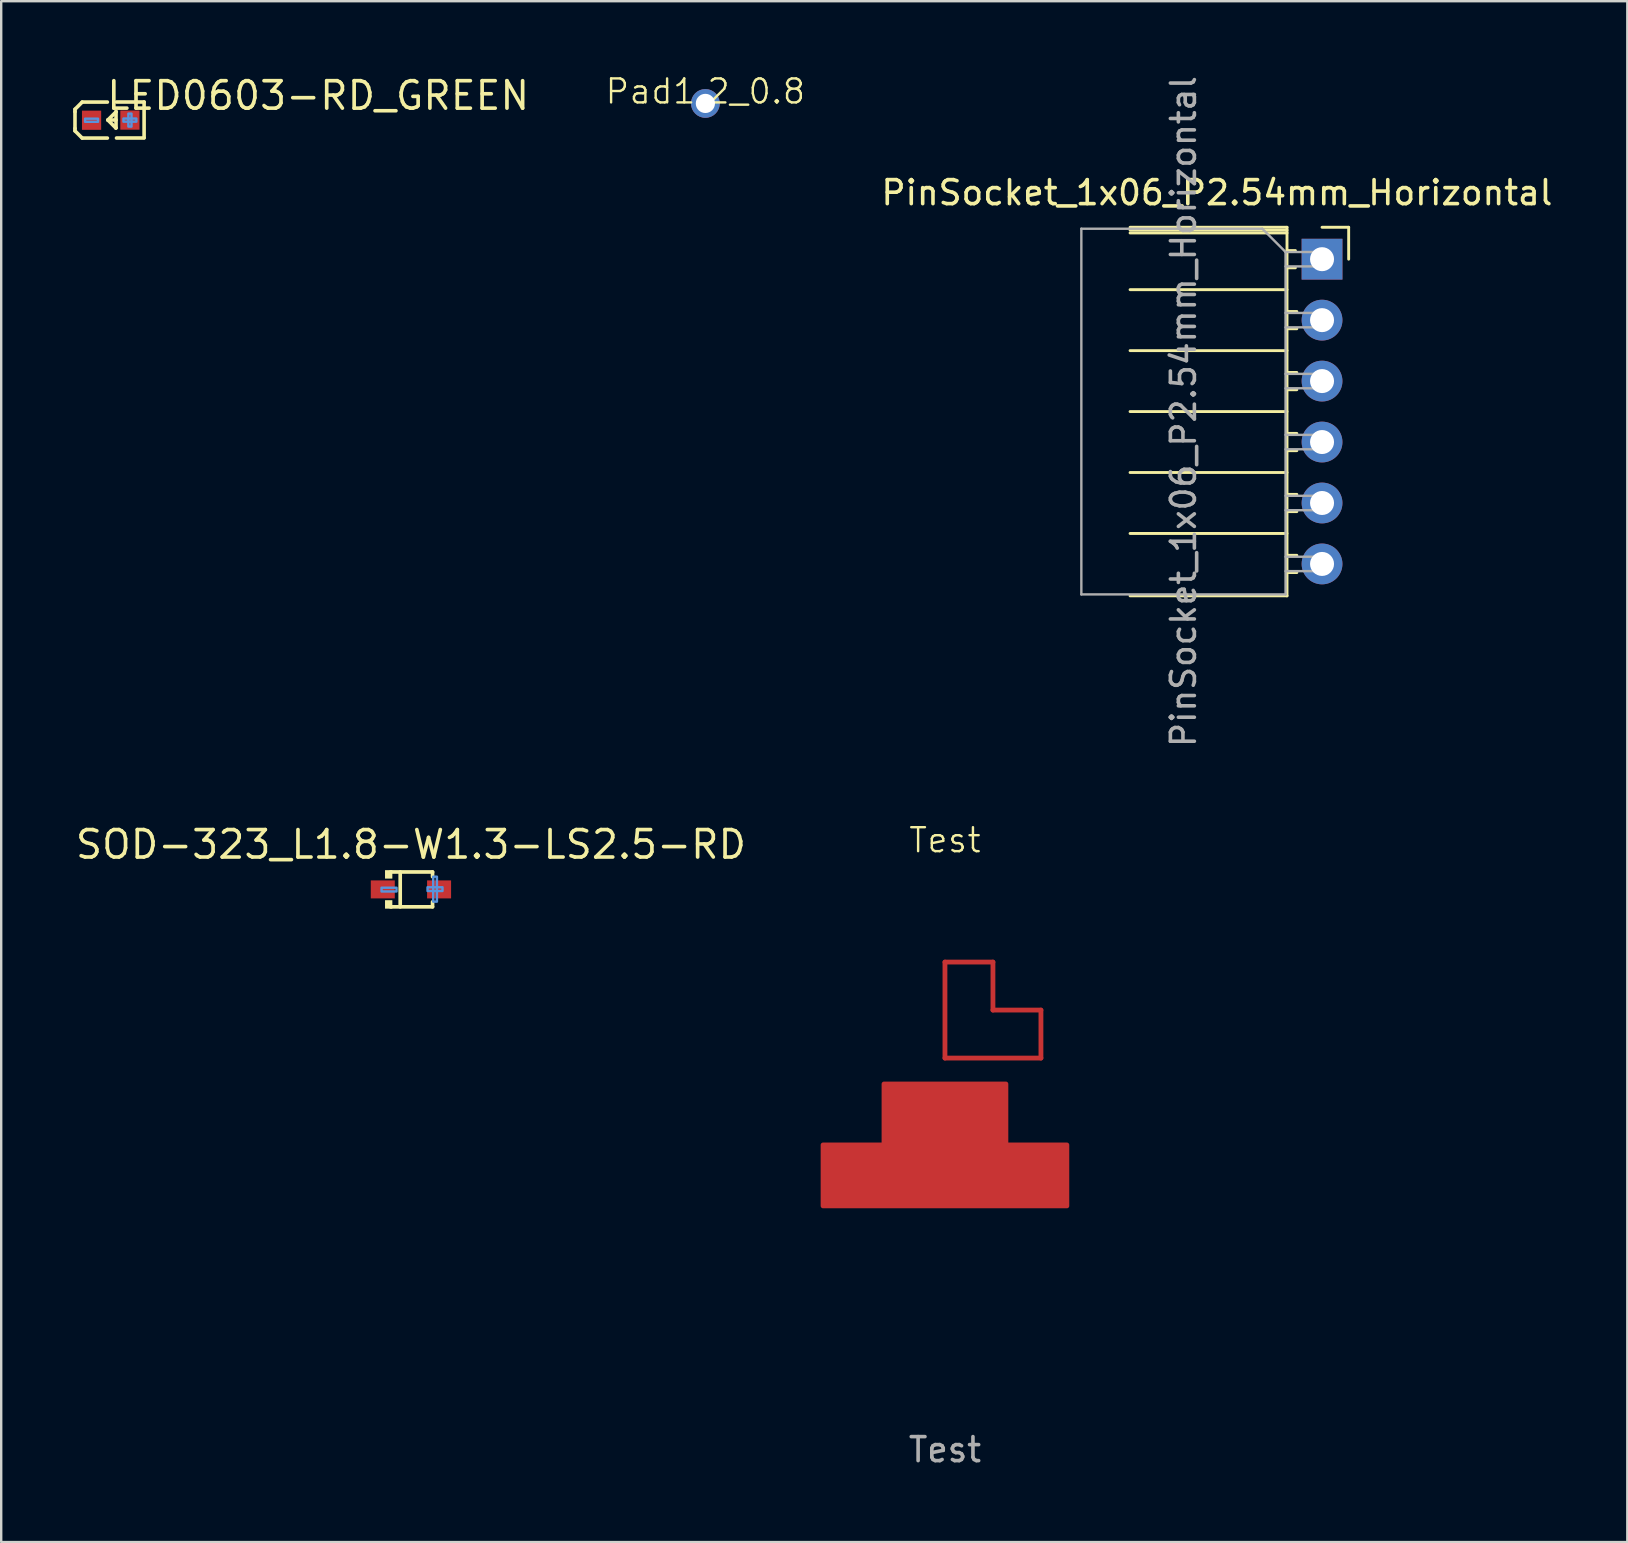
<source format=kicad_pcb>
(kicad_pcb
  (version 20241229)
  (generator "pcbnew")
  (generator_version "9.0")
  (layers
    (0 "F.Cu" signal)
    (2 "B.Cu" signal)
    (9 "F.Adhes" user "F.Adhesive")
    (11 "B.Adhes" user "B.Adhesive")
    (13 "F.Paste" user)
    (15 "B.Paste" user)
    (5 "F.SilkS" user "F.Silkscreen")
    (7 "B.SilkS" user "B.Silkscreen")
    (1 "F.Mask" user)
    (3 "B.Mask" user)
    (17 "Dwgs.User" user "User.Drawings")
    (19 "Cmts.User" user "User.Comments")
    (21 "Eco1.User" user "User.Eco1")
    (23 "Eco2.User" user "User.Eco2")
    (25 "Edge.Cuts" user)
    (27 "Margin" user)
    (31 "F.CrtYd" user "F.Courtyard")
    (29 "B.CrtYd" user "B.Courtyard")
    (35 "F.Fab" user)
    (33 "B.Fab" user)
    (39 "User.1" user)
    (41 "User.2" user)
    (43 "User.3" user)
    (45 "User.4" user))
  (footprint "Pad1.2_0.8"
    (layer "F.Cu")
    (at 26.345 1.26)
    (property "Reference" "Pad1.2_0.8" (at 0 -0.5 0) (unlocked yes) (layer "F.SilkS") (effects (font (size 1 1) (thickness 0.1))))
    (attr through_hole board_only exclude_from_pos_files exclude_from_bom)
    (pad "" thru_hole circle (at 0 0) (size 1.2 1.2) (drill 0.8) (layers "*.Cu" "*.Mask")))
  (footprint "Test"
    (layer "F.Cu")
    (at 36.329 44.663)
    (property "Reference" "Test" (at 0 -12.7 0) (unlocked yes) (layer "F.SilkS") (effects (font (size 1 1) (thickness 0.1))))
    (attr smd)
    (fp_line (start 0 -7.62) (end 2 -7.62) (stroke (width 0.2) (type solid)) (layer "F.Cu"))
    (fp_line (start 0 -3.62) (end 0 -7.62) (stroke (width 0.2) (type solid)) (layer "F.Cu"))
    (fp_line (start 2 -7.62) (end 2 -5.62) (stroke (width 0.2) (type solid)) (layer "F.Cu"))
    (fp_line (start 2 -5.62) (end 4 -5.62) (stroke (width 0.2) (type solid)) (layer "F.Cu"))
    (fp_line (start 4 -5.62) (end 4 -3.62) (stroke (width 0.2) (type solid)) (layer "F.Cu"))
    (fp_line (start 4 -3.62) (end 0 -3.62) (stroke (width 0.2) (type solid)) (layer "F.Cu"))
    (fp_poly (pts (xy -2.54 -2.54) (xy 2.54 -2.54) (xy 2.54 0) (xy 5.08 0) (xy 5.08 2.54) (xy -5.08 2.54) (xy -5.08 0) (xy -2.54 0)) (stroke (width 0.2) (type solid)) (fill yes) (layer "F.Cu"))
    (fp_text user "${REFERENCE}" (at 0 12.7 0) (unlocked yes) (layer "F.Fab") (effects (font (size 1 1) (thickness 0.15)))))
  (footprint "LED0603-RD_GREEN"
    (layer "F.Cu")
    (at 1.565 1.958)
    (property "Reference" "LED0603-RD_GREEN" (at -0.244 -1.023 0) (layer "F.SilkS") (effects (font (size 1.143 1.143) (thickness 0.152)) (justify left)))
    (attr smd)
    (fp_line (start -1.49 -0.454) (end -1.19 -0.754) (stroke (width 0.15) (type solid)) (layer "F.SilkS"))
    (fp_line (start -1.49 -0.354) (end -1.49 -0.454) (stroke (width 0.15) (type solid)) (layer "F.SilkS"))
    (fp_line (start -1.49 -0.354) (end -1.49 0.346) (stroke (width 0.15) (type solid)) (layer "F.SilkS"))
    (fp_line (start -1.49 0.346) (end -1.49 0.446) (stroke (width 0.15) (type solid)) (layer "F.SilkS"))
    (fp_line (start -1.49 0.446) (end -1.19 0.746) (stroke (width 0.15) (type solid)) (layer "F.SilkS"))
    (fp_line (start -0.14 -0.754) (end -1.19 -0.754) (stroke (width 0.15) (type solid)) (layer "F.SilkS"))
    (fp_line (start -0.14 0.746) (end -1.19 0.746) (stroke (width 0.15) (type solid)) (layer "F.SilkS"))
    (fp_line (start 0.21 0.323) (end -0.12 -0.007) (stroke (width 0.15) (type solid)) (layer "F.SilkS"))
    (fp_line (start 0.22 -0.357) (end 0.22 -0.347) (stroke (width 0.15) (type solid)) (layer "F.SilkS"))
    (fp_line (start 0.22 -0.357) (end 0.22 0.323) (stroke (width 0.15) (type solid)) (layer "F.SilkS"))
    (fp_line (start 0.22 -0.347) (end -0.12 -0.007) (stroke (width 0.15) (type solid)) (layer "F.SilkS"))
    (fp_line (start 0.22 -0.007) (end -0.12 -0.007) (stroke (width 0.15) (type solid)) (layer "F.SilkS"))
    (fp_line (start 0.22 0.323) (end 0.21 0.323) (stroke (width 0.15) (type solid)) (layer "F.SilkS"))
    (fp_line (start 0.24 -0.757) (end 1.39 -0.757) (stroke (width 0.15) (type solid)) (layer "F.SilkS"))
    (fp_line (start 0.24 0.744) (end 1.39 0.744) (stroke (width 0.15) (type solid)) (layer "F.SilkS"))
    (fp_line (start 1.39 -0.757) (end 1.39 0.723) (stroke (width 0.15) (type solid)) (layer "F.SilkS"))
    (fp_poly (pts (xy -1.07 -0.062) (xy -0.53 -0.062) (xy -0.53 0.068) (xy -1.07 0.068)) (stroke (width 0.1) (type solid)) (fill no) (layer "Cmts.User"))
    (fp_poly (pts (xy 0.529 -0.068) (xy 1.069 -0.068) (xy 1.069 0.062) (xy 0.529 0.062)) (stroke (width 0.1) (type solid)) (fill no) (layer "Cmts.User"))
    (fp_poly (pts (xy 0.735 0.267) (xy 0.735 -0.273) (xy 0.865 -0.273) (xy 0.865 0.267)) (stroke (width 0.1) (type solid)) (fill no) (layer "Cmts.User"))
    (pad "1" smd rect (at -0.799 0.003 90) (size 0.8 0.8) (layers "F.Cu" "F.Mask" "F.Paste"))
    (pad "2" smd rect (at 0.799 -0.003 90) (size 0.8 0.8) (layers "F.Cu" "F.Mask" "F.Paste")))
  (footprint "PinSocket_1x06_P2.54mm_Horizontal"
    (layer "F.Cu")
    (at 52.043 14.101)
    (property "Reference" "PinSocket_1x06_P2.54mm_Horizontal" (at -4.38 -9.12 180) (layer "F.SilkS") (effects (font (size 1 1) (thickness 0.15))))
    (attr through_hole exclude_from_bom)
    (fp_line (start -8 -7.68) (end -1.46 -7.68) (stroke (width 0.12) (type solid)) (layer "F.SilkS"))
    (fp_line (start -8 -7.56) (end -1.46 -7.56) (stroke (width 0.12) (type solid)) (layer "F.SilkS"))
    (fp_line (start -8 -7.442) (end -1.46 -7.442) (stroke (width 0.12) (type solid)) (layer "F.SilkS"))
    (fp_line (start -8 -5.08) (end -1.46 -5.08) (stroke (width 0.12) (type solid)) (layer "F.SilkS"))
    (fp_line (start -8 -2.54) (end -1.46 -2.54) (stroke (width 0.12) (type solid)) (layer "F.SilkS"))
    (fp_line (start -8 0) (end -1.46 0) (stroke (width 0.12) (type solid)) (layer "F.SilkS"))
    (fp_line (start -8 2.54) (end -1.46 2.54) (stroke (width 0.12) (type solid)) (layer "F.SilkS"))
    (fp_line (start -8 5.08) (end -1.46 5.08) (stroke (width 0.12) (type solid)) (layer "F.SilkS"))
    (fp_line (start -8 7.68) (end -1.46 7.68) (stroke (width 0.12) (type solid)) (layer "F.SilkS"))
    (fp_line (start -1.46 -7.68) (end -1.46 7.68) (stroke (width 0.12) (type solid)) (layer "F.SilkS"))
    (fp_line (start -1.46 -6.71) (end -1.11 -6.71) (stroke (width 0.12) (type solid)) (layer "F.SilkS"))
    (fp_line (start -1.46 -5.99) (end -1.11 -5.99) (stroke (width 0.12) (type solid)) (layer "F.SilkS"))
    (fp_line (start -1.46 -4.17) (end -1.05 -4.17) (stroke (width 0.12) (type solid)) (layer "F.SilkS"))
    (fp_line (start -1.46 -3.45) (end -1.05 -3.45) (stroke (width 0.12) (type solid)) (layer "F.SilkS"))
    (fp_line (start -1.46 -1.63) (end -1.05 -1.63) (stroke (width 0.12) (type solid)) (layer "F.SilkS"))
    (fp_line (start -1.46 -0.91) (end -1.05 -0.91) (stroke (width 0.12) (type solid)) (layer "F.SilkS"))
    (fp_line (start -1.46 0.91) (end -1.05 0.91) (stroke (width 0.12) (type solid)) (layer "F.SilkS"))
    (fp_line (start -1.46 1.63) (end -1.05 1.63) (stroke (width 0.12) (type solid)) (layer "F.SilkS"))
    (fp_line (start -1.46 3.45) (end -1.05 3.45) (stroke (width 0.12) (type solid)) (layer "F.SilkS"))
    (fp_line (start -1.46 4.17) (end -1.05 4.17) (stroke (width 0.12) (type solid)) (layer "F.SilkS"))
    (fp_line (start -1.46 5.99) (end -1.05 5.99) (stroke (width 0.12) (type solid)) (layer "F.SilkS"))
    (fp_line (start -1.46 6.71) (end -1.05 6.71) (stroke (width 0.12) (type solid)) (layer "F.SilkS"))
    (fp_line (start 0 -7.68) (end 1.11 -7.68) (stroke (width 0.12) (type solid)) (layer "F.SilkS"))
    (fp_line (start 1.11 -7.68) (end 1.11 -6.35) (stroke (width 0.12) (type solid)) (layer "F.SilkS"))
    (fp_line (start -10.03 -7.62) (end -2.49 -7.62) (stroke (width 0.1) (type solid)) (layer "F.Fab"))
    (fp_line (start -10.03 7.62) (end -10.03 -7.62) (stroke (width 0.1) (type solid)) (layer "F.Fab"))
    (fp_line (start -2.49 -7.62) (end -1.52 -6.65) (stroke (width 0.1) (type solid)) (layer "F.Fab"))
    (fp_line (start -1.52 -6.65) (end -1.52 7.62) (stroke (width 0.1) (type solid)) (layer "F.Fab"))
    (fp_line (start -1.52 -6.05) (end 0 -6.05) (stroke (width 0.1) (type solid)) (layer "F.Fab"))
    (fp_line (start -1.52 -3.51) (end 0 -3.51) (stroke (width 0.1) (type solid)) (layer "F.Fab"))
    (fp_line (start -1.52 -0.97) (end 0 -0.97) (stroke (width 0.1) (type solid)) (layer "F.Fab"))
    (fp_line (start -1.52 1.57) (end 0 1.57) (stroke (width 0.1) (type solid)) (layer "F.Fab"))
    (fp_line (start -1.52 4.11) (end 0 4.11) (stroke (width 0.1) (type solid)) (layer "F.Fab"))
    (fp_line (start -1.52 6.65) (end 0 6.65) (stroke (width 0.1) (type solid)) (layer "F.Fab"))
    (fp_line (start -1.52 7.62) (end -10.03 7.62) (stroke (width 0.1) (type solid)) (layer "F.Fab"))
    (fp_line (start 0 -6.65) (end -1.52 -6.65) (stroke (width 0.1) (type solid)) (layer "F.Fab"))
    (fp_line (start 0 -6.05) (end 0 -6.65) (stroke (width 0.1) (type solid)) (layer "F.Fab"))
    (fp_line (start 0 -4.11) (end -1.52 -4.11) (stroke (width 0.1) (type solid)) (layer "F.Fab"))
    (fp_line (start 0 -3.51) (end 0 -4.11) (stroke (width 0.1) (type solid)) (layer "F.Fab"))
    (fp_line (start 0 -1.57) (end -1.52 -1.57) (stroke (width 0.1) (type solid)) (layer "F.Fab"))
    (fp_line (start 0 -0.97) (end 0 -1.57) (stroke (width 0.1) (type solid)) (layer "F.Fab"))
    (fp_line (start 0 0.97) (end -1.52 0.97) (stroke (width 0.1) (type solid)) (layer "F.Fab"))
    (fp_line (start 0 1.57) (end 0 0.97) (stroke (width 0.1) (type solid)) (layer "F.Fab"))
    (fp_line (start 0 3.51) (end -1.52 3.51) (stroke (width 0.1) (type solid)) (layer "F.Fab"))
    (fp_line (start 0 4.11) (end 0 3.51) (stroke (width 0.1) (type solid)) (layer "F.Fab"))
    (fp_line (start 0 6.05) (end -1.52 6.05) (stroke (width 0.1) (type solid)) (layer "F.Fab"))
    (fp_line (start 0 6.65) (end 0 6.05) (stroke (width 0.1) (type solid)) (layer "F.Fab"))
    (fp_text user "${REFERENCE}" (at -5.775 0 270) (layer "F.Fab") (effects (font (size 1 1) (thickness 0.15))))
    (pad "1" thru_hole rect (at 0 -6.35) (size 1.7 1.7) (drill 1) (layers "*.Cu" "*.Mask"))
    (pad "2" thru_hole oval (at 0 -3.81) (size 1.7 1.7) (drill 1) (layers "*.Cu" "*.Mask"))
    (pad "3" thru_hole oval (at 0 -1.27) (size 1.7 1.7) (drill 1) (layers "*.Cu" "*.Mask"))
    (pad "4" thru_hole oval (at 0 1.27) (size 1.7 1.7) (drill 1) (layers "*.Cu" "*.Mask"))
    (pad "5" thru_hole oval (at 0 3.81) (size 1.7 1.7) (drill 1) (layers "*.Cu" "*.Mask"))
    (pad "6" thru_hole oval (at 0 6.35) (size 1.7 1.7) (drill 1) (layers "*.Cu" "*.Mask")))
  (footprint "SOD-323_L1.8-W1.3-LS2.5-RD"
    (layer "F.Cu")
    (at 14.075 34.014)
    (property "Reference" "SOD-323_L1.8-W1.3-LS2.5-RD" (at 0 -2.54 0) (layer "F.SilkS") (effects (font (size 1.143 1.143) (thickness 0.152)) (justify top)))
    (attr smd)
    (fp_line (start -0.851 -0.726) (end 0.901 -0.726) (stroke (width 0.152) (type solid)) (layer "F.SilkS"))
    (fp_line (start -0.851 0.726) (end 0.901 0.726) (stroke (width 0.152) (type solid)) (layer "F.SilkS"))
    (fp_line (start -0.447 -0.726) (end -0.447 0.726) (stroke (width 0.152) (type solid)) (layer "F.SilkS"))
    (fp_line (start 0.901 -0.726) (end 0.901 -0.53) (stroke (width 0.152) (type solid)) (layer "F.SilkS"))
    (fp_line (start 0.901 0.726) (end 0.901 0.52) (stroke (width 0.152) (type solid)) (layer "F.SilkS"))
    (fp_poly (pts (xy -0.775 -0.802) (xy -0.775 -0.45) (xy -1.08 -0.45) (xy -1.08 -0.802)) (stroke (width 0) (type solid)) (fill yes) (layer "F.SilkS"))
    (fp_poly (pts (xy -0.775 0.802) (xy -0.775 0.45) (xy -1.08 0.45) (xy -1.08 0.802)) (stroke (width 0) (type solid)) (fill yes) (layer "F.SilkS"))
    (fp_poly (pts (xy -1.225 -0.07) (xy -1.225 0.086) (xy -0.601 0.086) (xy -0.601 -0.07)) (stroke (width 0.1) (type solid)) (fill no) (layer "Cmts.User"))
    (fp_poly (pts (xy 1.083 -0.53) (xy 1.083 0.51) (xy 0.927 0.51) (xy 0.927 -0.53)) (stroke (width 0.1) (type solid)) (fill no) (layer "Cmts.User"))
    (fp_poly (pts (xy 1.315 -0.09) (xy 1.315 0.066) (xy 0.691 0.066) (xy 0.691 -0.09)) (stroke (width 0.1) (type solid)) (fill no) (layer "Cmts.User"))
    (pad "1" smd rect (at -1.173 0) (size 1 0.75) (layers "F.Cu" "F.Mask" "F.Paste"))
    (pad "2" smd rect (at 1.173 0) (size 1 0.75) (layers "F.Cu" "F.Mask" "F.Paste")))
  (gr_rect
    (start -3 -3)
    (end 64.765 61.211)
    (stroke (width 0.1) (type default))
    (fill no)
    (layer "Edge.Cuts")))
</source>
